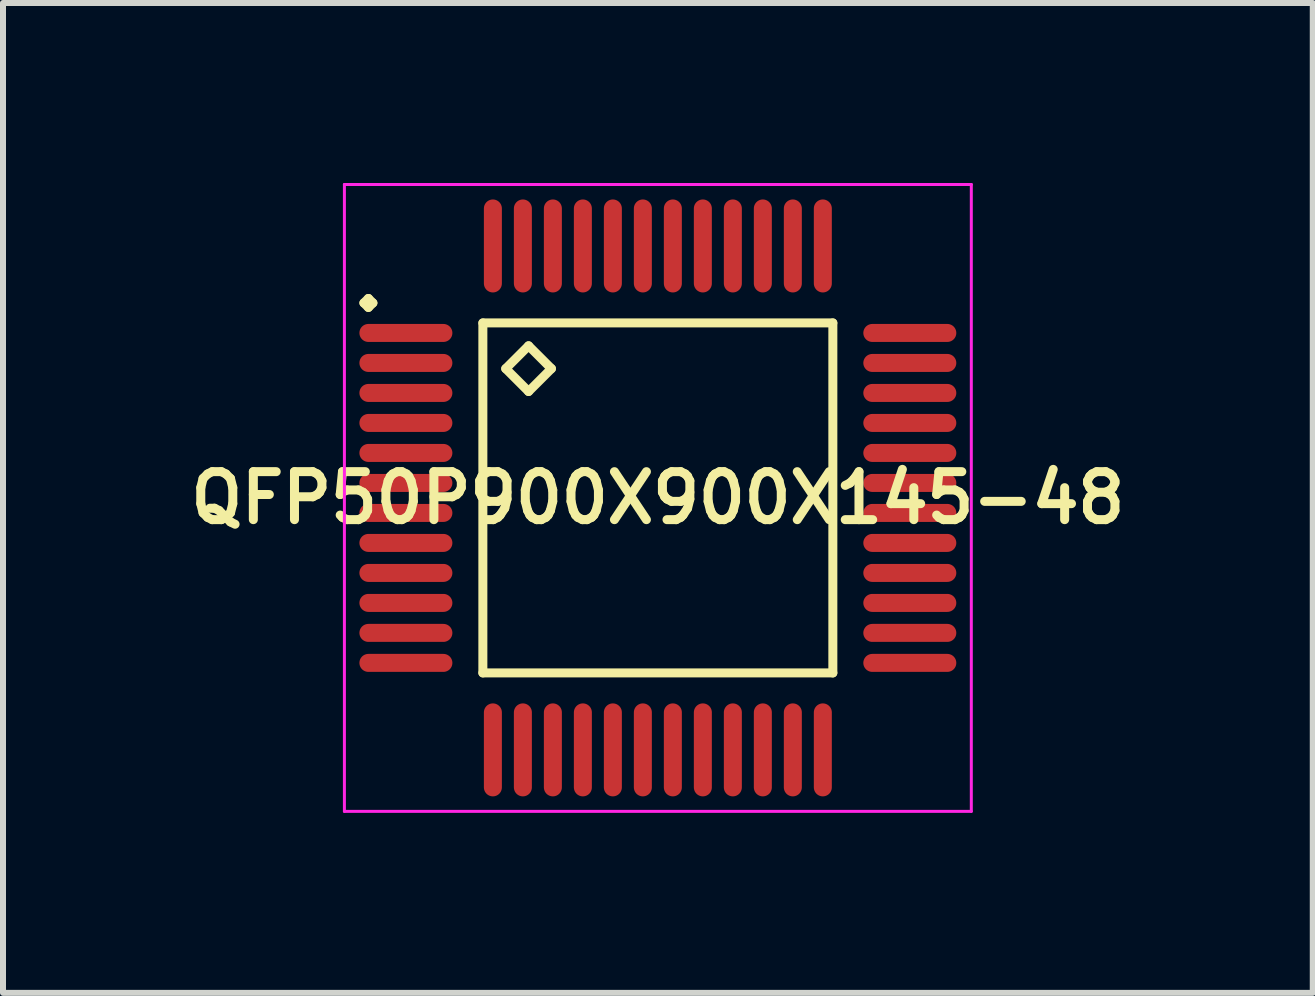
<source format=kicad_pcb>
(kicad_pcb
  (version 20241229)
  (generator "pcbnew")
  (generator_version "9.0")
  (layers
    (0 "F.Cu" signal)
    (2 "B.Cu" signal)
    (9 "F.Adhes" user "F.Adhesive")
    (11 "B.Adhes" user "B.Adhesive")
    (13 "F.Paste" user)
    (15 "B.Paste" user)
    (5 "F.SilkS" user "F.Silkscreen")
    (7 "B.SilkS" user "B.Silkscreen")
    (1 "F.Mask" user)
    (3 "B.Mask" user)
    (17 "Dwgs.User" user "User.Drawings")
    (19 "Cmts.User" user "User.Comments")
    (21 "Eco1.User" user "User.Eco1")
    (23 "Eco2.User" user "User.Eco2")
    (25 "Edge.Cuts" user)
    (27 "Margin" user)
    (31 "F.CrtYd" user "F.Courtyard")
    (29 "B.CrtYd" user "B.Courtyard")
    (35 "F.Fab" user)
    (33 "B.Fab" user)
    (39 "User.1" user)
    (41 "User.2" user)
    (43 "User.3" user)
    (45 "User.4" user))
  (footprint "QFP50P900X900X145-48"
    (layer "F.Cu")
    (at 7.916 5.25)
    (property "Reference" "QFP50P900X900X145-48" (at 0 0 0) (layer "F.SilkS") (effects (font (size 0.8 0.8) (thickness 0.15))))
    (attr smd)
    (fp_line (start -4.9 -3.25) (end -4.825 -3.325) (stroke (width 0.15) (type solid)) (layer "F.SilkS"))
    (fp_line (start -4.825 -3.325) (end -4.75 -3.25) (stroke (width 0.15) (type solid)) (layer "F.SilkS"))
    (fp_line (start -4.825 -3.175) (end -4.9 -3.25) (stroke (width 0.15) (type solid)) (layer "F.SilkS"))
    (fp_line (start -4.75 -3.25) (end -4.825 -3.175) (stroke (width 0.15) (type solid)) (layer "F.SilkS"))
    (fp_line (start -2.917 -2.917) (end -2.917 2.917) (stroke (width 0.15) (type solid)) (layer "F.SilkS"))
    (fp_line (start -2.917 2.917) (end 2.917 2.917) (stroke (width 0.15) (type solid)) (layer "F.SilkS"))
    (fp_line (start -2.536 -2.155) (end -2.155 -2.536) (stroke (width 0.15) (type solid)) (layer "F.SilkS"))
    (fp_line (start -2.155 -2.536) (end -1.774 -2.155) (stroke (width 0.15) (type solid)) (layer "F.SilkS"))
    (fp_line (start -2.155 -1.774) (end -2.536 -2.155) (stroke (width 0.15) (type solid)) (layer "F.SilkS"))
    (fp_line (start -1.774 -2.155) (end -2.155 -1.774) (stroke (width 0.15) (type solid)) (layer "F.SilkS"))
    (fp_line (start 2.917 -2.917) (end -2.917 -2.917) (stroke (width 0.15) (type solid)) (layer "F.SilkS"))
    (fp_line (start 2.917 2.917) (end 2.917 -2.917) (stroke (width 0.15) (type solid)) (layer "F.SilkS"))
    (fp_line (start -5.225 -5.225) (end 5.225 -5.225) (stroke (width 0.05) (type solid)) (layer "F.CrtYd"))
    (fp_line (start -5.225 5.225) (end -5.225 -5.225) (stroke (width 0.05) (type solid)) (layer "F.CrtYd"))
    (fp_line (start 5.225 -5.225) (end 5.225 5.225) (stroke (width 0.05) (type solid)) (layer "F.CrtYd"))
    (fp_line (start 5.225 5.225) (end -5.225 5.225) (stroke (width 0.05) (type solid)) (layer "F.CrtYd"))
    (pad "1" smd oval (at -4.2 -2.75) (size 1.55 0.3) (layers "F.Cu" "F.Mask" "F.Paste"))
    (pad "2" smd oval (at -4.2 -2.25) (size 1.55 0.3) (layers "F.Cu" "F.Mask" "F.Paste"))
    (pad "3" smd oval (at -4.2 -1.75) (size 1.55 0.3) (layers "F.Cu" "F.Mask" "F.Paste"))
    (pad "4" smd oval (at -4.2 -1.25) (size 1.55 0.3) (layers "F.Cu" "F.Mask" "F.Paste"))
    (pad "5" smd oval (at -4.2 -0.75) (size 1.55 0.3) (layers "F.Cu" "F.Mask" "F.Paste"))
    (pad "6" smd oval (at -4.2 -0.25) (size 1.55 0.3) (layers "F.Cu" "F.Mask" "F.Paste"))
    (pad "7" smd oval (at -4.2 0.25) (size 1.55 0.3) (layers "F.Cu" "F.Mask" "F.Paste"))
    (pad "8" smd oval (at -4.2 0.75) (size 1.55 0.3) (layers "F.Cu" "F.Mask" "F.Paste"))
    (pad "9" smd oval (at -4.2 1.25) (size 1.55 0.3) (layers "F.Cu" "F.Mask" "F.Paste"))
    (pad "10" smd oval (at -4.2 1.75) (size 1.55 0.3) (layers "F.Cu" "F.Mask" "F.Paste"))
    (pad "11" smd oval (at -4.2 2.25) (size 1.55 0.3) (layers "F.Cu" "F.Mask" "F.Paste"))
    (pad "12" smd oval (at -4.2 2.75) (size 1.55 0.3) (layers "F.Cu" "F.Mask" "F.Paste"))
    (pad "13" smd oval (at -2.75 4.2) (size 0.3 1.55) (layers "F.Cu" "F.Mask" "F.Paste"))
    (pad "14" smd oval (at -2.25 4.2) (size 0.3 1.55) (layers "F.Cu" "F.Mask" "F.Paste"))
    (pad "15" smd oval (at -1.75 4.2) (size 0.3 1.55) (layers "F.Cu" "F.Mask" "F.Paste"))
    (pad "16" smd oval (at -1.25 4.2) (size 0.3 1.55) (layers "F.Cu" "F.Mask" "F.Paste"))
    (pad "17" smd oval (at -0.75 4.2) (size 0.3 1.55) (layers "F.Cu" "F.Mask" "F.Paste"))
    (pad "18" smd oval (at -0.25 4.2) (size 0.3 1.55) (layers "F.Cu" "F.Mask" "F.Paste"))
    (pad "19" smd oval (at 0.25 4.2) (size 0.3 1.55) (layers "F.Cu" "F.Mask" "F.Paste"))
    (pad "20" smd oval (at 0.75 4.2) (size 0.3 1.55) (layers "F.Cu" "F.Mask" "F.Paste"))
    (pad "21" smd oval (at 1.25 4.2) (size 0.3 1.55) (layers "F.Cu" "F.Mask" "F.Paste"))
    (pad "22" smd oval (at 1.75 4.2) (size 0.3 1.55) (layers "F.Cu" "F.Mask" "F.Paste"))
    (pad "23" smd oval (at 2.25 4.2) (size 0.3 1.55) (layers "F.Cu" "F.Mask" "F.Paste"))
    (pad "24" smd oval (at 2.75 4.2) (size 0.3 1.55) (layers "F.Cu" "F.Mask" "F.Paste"))
    (pad "25" smd oval (at 4.2 2.75) (size 1.55 0.3) (layers "F.Cu" "F.Mask" "F.Paste"))
    (pad "26" smd oval (at 4.2 2.25) (size 1.55 0.3) (layers "F.Cu" "F.Mask" "F.Paste"))
    (pad "27" smd oval (at 4.2 1.75) (size 1.55 0.3) (layers "F.Cu" "F.Mask" "F.Paste"))
    (pad "28" smd oval (at 4.2 1.25) (size 1.55 0.3) (layers "F.Cu" "F.Mask" "F.Paste"))
    (pad "29" smd oval (at 4.2 0.75) (size 1.55 0.3) (layers "F.Cu" "F.Mask" "F.Paste"))
    (pad "30" smd oval (at 4.2 0.25) (size 1.55 0.3) (layers "F.Cu" "F.Mask" "F.Paste"))
    (pad "31" smd oval (at 4.2 -0.25) (size 1.55 0.3) (layers "F.Cu" "F.Mask" "F.Paste"))
    (pad "32" smd oval (at 4.2 -0.75) (size 1.55 0.3) (layers "F.Cu" "F.Mask" "F.Paste"))
    (pad "33" smd oval (at 4.2 -1.25) (size 1.55 0.3) (layers "F.Cu" "F.Mask" "F.Paste"))
    (pad "34" smd oval (at 4.2 -1.75) (size 1.55 0.3) (layers "F.Cu" "F.Mask" "F.Paste"))
    (pad "35" smd oval (at 4.2 -2.25) (size 1.55 0.3) (layers "F.Cu" "F.Mask" "F.Paste"))
    (pad "36" smd oval (at 4.2 -2.75) (size 1.55 0.3) (layers "F.Cu" "F.Mask" "F.Paste"))
    (pad "37" smd oval (at 2.75 -4.2) (size 0.3 1.55) (layers "F.Cu" "F.Mask" "F.Paste"))
    (pad "38" smd oval (at 2.25 -4.2) (size 0.3 1.55) (layers "F.Cu" "F.Mask" "F.Paste"))
    (pad "39" smd oval (at 1.75 -4.2) (size 0.3 1.55) (layers "F.Cu" "F.Mask" "F.Paste"))
    (pad "40" smd oval (at 1.25 -4.2) (size 0.3 1.55) (layers "F.Cu" "F.Mask" "F.Paste"))
    (pad "41" smd oval (at 0.75 -4.2) (size 0.3 1.55) (layers "F.Cu" "F.Mask" "F.Paste"))
    (pad "42" smd oval (at 0.25 -4.2) (size 0.3 1.55) (layers "F.Cu" "F.Mask" "F.Paste"))
    (pad "43" smd oval (at -0.25 -4.2) (size 0.3 1.55) (layers "F.Cu" "F.Mask" "F.Paste"))
    (pad "44" smd oval (at -0.75 -4.2) (size 0.3 1.55) (layers "F.Cu" "F.Mask" "F.Paste"))
    (pad "45" smd oval (at -1.25 -4.2) (size 0.3 1.55) (layers "F.Cu" "F.Mask" "F.Paste"))
    (pad "46" smd oval (at -1.75 -4.2) (size 0.3 1.55) (layers "F.Cu" "F.Mask" "F.Paste"))
    (pad "47" smd oval (at -2.25 -4.2) (size 0.3 1.55) (layers "F.Cu" "F.Mask" "F.Paste"))
    (pad "48" smd oval (at -2.75 -4.2) (size 0.3 1.55) (layers "F.Cu" "F.Mask" "F.Paste")))
  (gr_rect
    (start -3 -3)
    (end 18.833 13.5)
    (stroke (width 0.1) (type default))
    (fill no)
    (layer "Edge.Cuts")))
</source>
